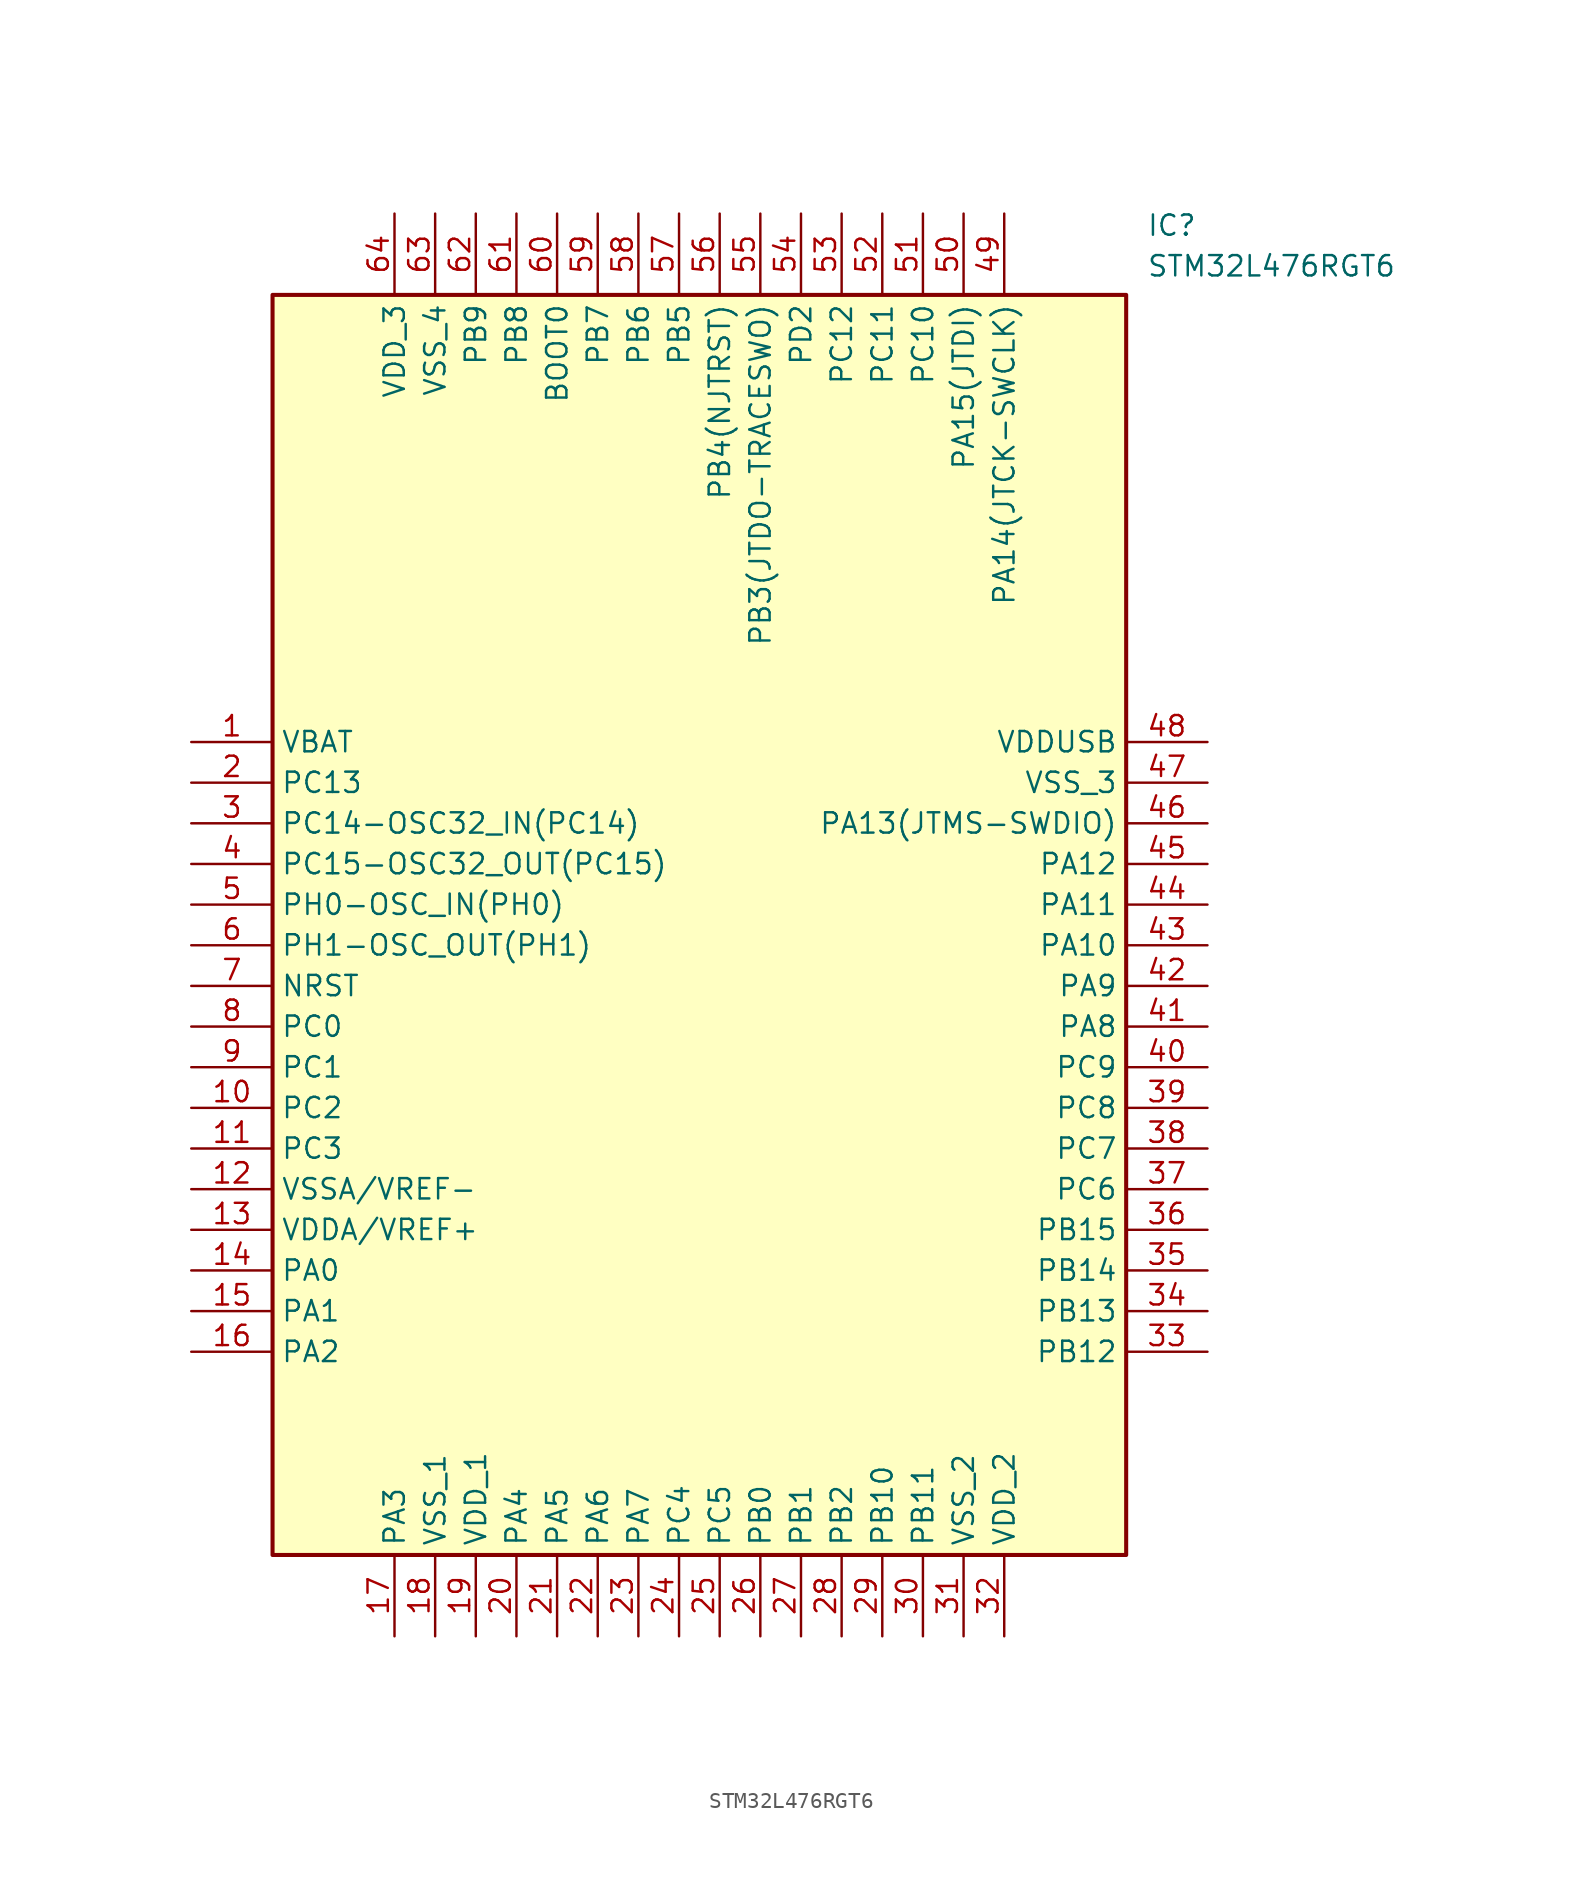
<source format=kicad_sym>
(kicad_symbol_lib
  (version 20211014)
  (generator SamacSys_ECAD_Model)
  (symbol "STM32L476RGT6"
    (property "Reference" "IC"
      (at 59.69 33.02 0)
      (effects (font (size 1.27 1.27)) (justify left top)))
    (property "Value" "STM32L476RGT6"
      (at 59.69 30.48 0)
      (effects (font (size 1.27 1.27)) (justify left top)))
    (rectangle
      (start 5.08 27.94)
      (end 58.42 -50.8)
      (stroke (width 0.254) (type default))
      (fill (type background)))
    (pin passive line
      (at 0 0 0)
      (length 5.08)
      (name "VBAT" (effects (font (size 1.27 1.27))))
      (number "1" (effects (font (size 1.27 1.27)))))
    (pin passive line
      (at 0 -2.54 0)
      (length 5.08)
      (name "PC13" (effects (font (size 1.27 1.27))))
      (number "2" (effects (font (size 1.27 1.27)))))
    (pin passive line
      (at 0 -5.08 0)
      (length 5.08)
      (name "PC14-OSC32_IN(PC14)" (effects (font (size 1.27 1.27))))
      (number "3" (effects (font (size 1.27 1.27)))))
    (pin passive line
      (at 0 -7.62 0)
      (length 5.08)
      (name "PC15-OSC32_OUT(PC15)" (effects (font (size 1.27 1.27))))
      (number "4" (effects (font (size 1.27 1.27)))))
    (pin passive line
      (at 0 -10.16 0)
      (length 5.08)
      (name "PH0-OSC_IN(PH0)" (effects (font (size 1.27 1.27))))
      (number "5" (effects (font (size 1.27 1.27)))))
    (pin passive line
      (at 0 -12.7 0)
      (length 5.08)
      (name "PH1-OSC_OUT(PH1)" (effects (font (size 1.27 1.27))))
      (number "6" (effects (font (size 1.27 1.27)))))
    (pin passive line
      (at 0 -15.24 0)
      (length 5.08)
      (name "NRST" (effects (font (size 1.27 1.27))))
      (number "7" (effects (font (size 1.27 1.27)))))
    (pin passive line
      (at 0 -17.78 0)
      (length 5.08)
      (name "PC0" (effects (font (size 1.27 1.27))))
      (number "8" (effects (font (size 1.27 1.27)))))
    (pin passive line
      (at 0 -20.32 0)
      (length 5.08)
      (name "PC1" (effects (font (size 1.27 1.27))))
      (number "9" (effects (font (size 1.27 1.27)))))
    (pin passive line
      (at 0 -22.86 0)
      (length 5.08)
      (name "PC2" (effects (font (size 1.27 1.27))))
      (number "10" (effects (font (size 1.27 1.27)))))
    (pin passive line
      (at 0 -25.4 0)
      (length 5.08)
      (name "PC3" (effects (font (size 1.27 1.27))))
      (number "11" (effects (font (size 1.27 1.27)))))
    (pin passive line
      (at 0 -27.94 0)
      (length 5.08)
      (name "VSSA/VREF-" (effects (font (size 1.27 1.27))))
      (number "12" (effects (font (size 1.27 1.27)))))
    (pin passive line
      (at 0 -30.48 0)
      (length 5.08)
      (name "VDDA/VREF+" (effects (font (size 1.27 1.27))))
      (number "13" (effects (font (size 1.27 1.27)))))
    (pin passive line
      (at 0 -33.02 0)
      (length 5.08)
      (name "PA0" (effects (font (size 1.27 1.27))))
      (number "14" (effects (font (size 1.27 1.27)))))
    (pin passive line
      (at 0 -35.56 0)
      (length 5.08)
      (name "PA1" (effects (font (size 1.27 1.27))))
      (number "15" (effects (font (size 1.27 1.27)))))
    (pin passive line
      (at 0 -38.1 0)
      (length 5.08)
      (name "PA2" (effects (font (size 1.27 1.27))))
      (number "16" (effects (font (size 1.27 1.27)))))
    (pin passive line
      (at 12.7 -55.88 90)
      (length 5.08)
      (name "PA3" (effects (font (size 1.27 1.27))))
      (number "17" (effects (font (size 1.27 1.27)))))
    (pin passive line
      (at 15.24 -55.88 90)
      (length 5.08)
      (name "VSS_1" (effects (font (size 1.27 1.27))))
      (number "18" (effects (font (size 1.27 1.27)))))
    (pin passive line
      (at 17.78 -55.88 90)
      (length 5.08)
      (name "VDD_1" (effects (font (size 1.27 1.27))))
      (number "19" (effects (font (size 1.27 1.27)))))
    (pin passive line
      (at 20.32 -55.88 90)
      (length 5.08)
      (name "PA4" (effects (font (size 1.27 1.27))))
      (number "20" (effects (font (size 1.27 1.27)))))
    (pin passive line
      (at 22.86 -55.88 90)
      (length 5.08)
      (name "PA5" (effects (font (size 1.27 1.27))))
      (number "21" (effects (font (size 1.27 1.27)))))
    (pin passive line
      (at 25.4 -55.88 90)
      (length 5.08)
      (name "PA6" (effects (font (size 1.27 1.27))))
      (number "22" (effects (font (size 1.27 1.27)))))
    (pin passive line
      (at 27.94 -55.88 90)
      (length 5.08)
      (name "PA7" (effects (font (size 1.27 1.27))))
      (number "23" (effects (font (size 1.27 1.27)))))
    (pin passive line
      (at 30.48 -55.88 90)
      (length 5.08)
      (name "PC4" (effects (font (size 1.27 1.27))))
      (number "24" (effects (font (size 1.27 1.27)))))
    (pin passive line
      (at 33.02 -55.88 90)
      (length 5.08)
      (name "PC5" (effects (font (size 1.27 1.27))))
      (number "25" (effects (font (size 1.27 1.27)))))
    (pin passive line
      (at 35.56 -55.88 90)
      (length 5.08)
      (name "PB0" (effects (font (size 1.27 1.27))))
      (number "26" (effects (font (size 1.27 1.27)))))
    (pin passive line
      (at 38.1 -55.88 90)
      (length 5.08)
      (name "PB1" (effects (font (size 1.27 1.27))))
      (number "27" (effects (font (size 1.27 1.27)))))
    (pin passive line
      (at 40.64 -55.88 90)
      (length 5.08)
      (name "PB2" (effects (font (size 1.27 1.27))))
      (number "28" (effects (font (size 1.27 1.27)))))
    (pin passive line
      (at 43.18 -55.88 90)
      (length 5.08)
      (name "PB10" (effects (font (size 1.27 1.27))))
      (number "29" (effects (font (size 1.27 1.27)))))
    (pin passive line
      (at 45.72 -55.88 90)
      (length 5.08)
      (name "PB11" (effects (font (size 1.27 1.27))))
      (number "30" (effects (font (size 1.27 1.27)))))
    (pin passive line
      (at 48.26 -55.88 90)
      (length 5.08)
      (name "VSS_2" (effects (font (size 1.27 1.27))))
      (number "31" (effects (font (size 1.27 1.27)))))
    (pin passive line
      (at 50.8 -55.88 90)
      (length 5.08)
      (name "VDD_2" (effects (font (size 1.27 1.27))))
      (number "32" (effects (font (size 1.27 1.27)))))
    (pin passive line
      (at 63.5 0 180)
      (length 5.08)
      (name "VDDUSB" (effects (font (size 1.27 1.27))))
      (number "48" (effects (font (size 1.27 1.27)))))
    (pin passive line
      (at 63.5 -2.54 180)
      (length 5.08)
      (name "VSS_3" (effects (font (size 1.27 1.27))))
      (number "47" (effects (font (size 1.27 1.27)))))
    (pin passive line
      (at 63.5 -5.08 180)
      (length 5.08)
      (name "PA13(JTMS-SWDIO)" (effects (font (size 1.27 1.27))))
      (number "46" (effects (font (size 1.27 1.27)))))
    (pin passive line
      (at 63.5 -7.62 180)
      (length 5.08)
      (name "PA12" (effects (font (size 1.27 1.27))))
      (number "45" (effects (font (size 1.27 1.27)))))
    (pin passive line
      (at 63.5 -10.16 180)
      (length 5.08)
      (name "PA11" (effects (font (size 1.27 1.27))))
      (number "44" (effects (font (size 1.27 1.27)))))
    (pin passive line
      (at 63.5 -12.7 180)
      (length 5.08)
      (name "PA10" (effects (font (size 1.27 1.27))))
      (number "43" (effects (font (size 1.27 1.27)))))
    (pin passive line
      (at 63.5 -15.24 180)
      (length 5.08)
      (name "PA9" (effects (font (size 1.27 1.27))))
      (number "42" (effects (font (size 1.27 1.27)))))
    (pin passive line
      (at 63.5 -17.78 180)
      (length 5.08)
      (name "PA8" (effects (font (size 1.27 1.27))))
      (number "41" (effects (font (size 1.27 1.27)))))
    (pin passive line
      (at 63.5 -20.32 180)
      (length 5.08)
      (name "PC9" (effects (font (size 1.27 1.27))))
      (number "40" (effects (font (size 1.27 1.27)))))
    (pin passive line
      (at 63.5 -22.86 180)
      (length 5.08)
      (name "PC8" (effects (font (size 1.27 1.27))))
      (number "39" (effects (font (size 1.27 1.27)))))
    (pin passive line
      (at 63.5 -25.4 180)
      (length 5.08)
      (name "PC7" (effects (font (size 1.27 1.27))))
      (number "38" (effects (font (size 1.27 1.27)))))
    (pin passive line
      (at 63.5 -27.94 180)
      (length 5.08)
      (name "PC6" (effects (font (size 1.27 1.27))))
      (number "37" (effects (font (size 1.27 1.27)))))
    (pin passive line
      (at 63.5 -30.48 180)
      (length 5.08)
      (name "PB15" (effects (font (size 1.27 1.27))))
      (number "36" (effects (font (size 1.27 1.27)))))
    (pin passive line
      (at 63.5 -33.02 180)
      (length 5.08)
      (name "PB14" (effects (font (size 1.27 1.27))))
      (number "35" (effects (font (size 1.27 1.27)))))
    (pin passive line
      (at 63.5 -35.56 180)
      (length 5.08)
      (name "PB13" (effects (font (size 1.27 1.27))))
      (number "34" (effects (font (size 1.27 1.27)))))
    (pin passive line
      (at 63.5 -38.1 180)
      (length 5.08)
      (name "PB12" (effects (font (size 1.27 1.27))))
      (number "33" (effects (font (size 1.27 1.27)))))
    (pin passive line
      (at 12.7 33.02 270)
      (length 5.08)
      (name "VDD_3" (effects (font (size 1.27 1.27))))
      (number "64" (effects (font (size 1.27 1.27)))))
    (pin passive line
      (at 15.24 33.02 270)
      (length 5.08)
      (name "VSS_4" (effects (font (size 1.27 1.27))))
      (number "63" (effects (font (size 1.27 1.27)))))
    (pin passive line
      (at 17.78 33.02 270)
      (length 5.08)
      (name "PB9" (effects (font (size 1.27 1.27))))
      (number "62" (effects (font (size 1.27 1.27)))))
    (pin passive line
      (at 20.32 33.02 270)
      (length 5.08)
      (name "PB8" (effects (font (size 1.27 1.27))))
      (number "61" (effects (font (size 1.27 1.27)))))
    (pin passive line
      (at 22.86 33.02 270)
      (length 5.08)
      (name "BOOT0" (effects (font (size 1.27 1.27))))
      (number "60" (effects (font (size 1.27 1.27)))))
    (pin passive line
      (at 25.4 33.02 270)
      (length 5.08)
      (name "PB7" (effects (font (size 1.27 1.27))))
      (number "59" (effects (font (size 1.27 1.27)))))
    (pin passive line
      (at 27.94 33.02 270)
      (length 5.08)
      (name "PB6" (effects (font (size 1.27 1.27))))
      (number "58" (effects (font (size 1.27 1.27)))))
    (pin passive line
      (at 30.48 33.02 270)
      (length 5.08)
      (name "PB5" (effects (font (size 1.27 1.27))))
      (number "57" (effects (font (size 1.27 1.27)))))
    (pin passive line
      (at 33.02 33.02 270)
      (length 5.08)
      (name "PB4(NJTRST)" (effects (font (size 1.27 1.27))))
      (number "56" (effects (font (size 1.27 1.27)))))
    (pin passive line
      (at 35.56 33.02 270)
      (length 5.08)
      (name "PB3(JTDO-TRACESWO)" (effects (font (size 1.27 1.27))))
      (number "55" (effects (font (size 1.27 1.27)))))
    (pin passive line
      (at 38.1 33.02 270)
      (length 5.08)
      (name "PD2" (effects (font (size 1.27 1.27))))
      (number "54" (effects (font (size 1.27 1.27)))))
    (pin passive line
      (at 40.64 33.02 270)
      (length 5.08)
      (name "PC12" (effects (font (size 1.27 1.27))))
      (number "53" (effects (font (size 1.27 1.27)))))
    (pin passive line
      (at 43.18 33.02 270)
      (length 5.08)
      (name "PC11" (effects (font (size 1.27 1.27))))
      (number "52" (effects (font (size 1.27 1.27)))))
    (pin passive line
      (at 45.72 33.02 270)
      (length 5.08)
      (name "PC10" (effects (font (size 1.27 1.27))))
      (number "51" (effects (font (size 1.27 1.27)))))
    (pin passive line
      (at 48.26 33.02 270)
      (length 5.08)
      (name "PA15(JTDI)" (effects (font (size 1.27 1.27))))
      (number "50" (effects (font (size 1.27 1.27)))))
    (pin passive line
      (at 50.8 33.02 270)
      (length 5.08)
      (name "PA14(JTCK-SWCLK)" (effects (font (size 1.27 1.27))))
      (number "49" (effects (font (size 1.27 1.27)))))))
</source>
